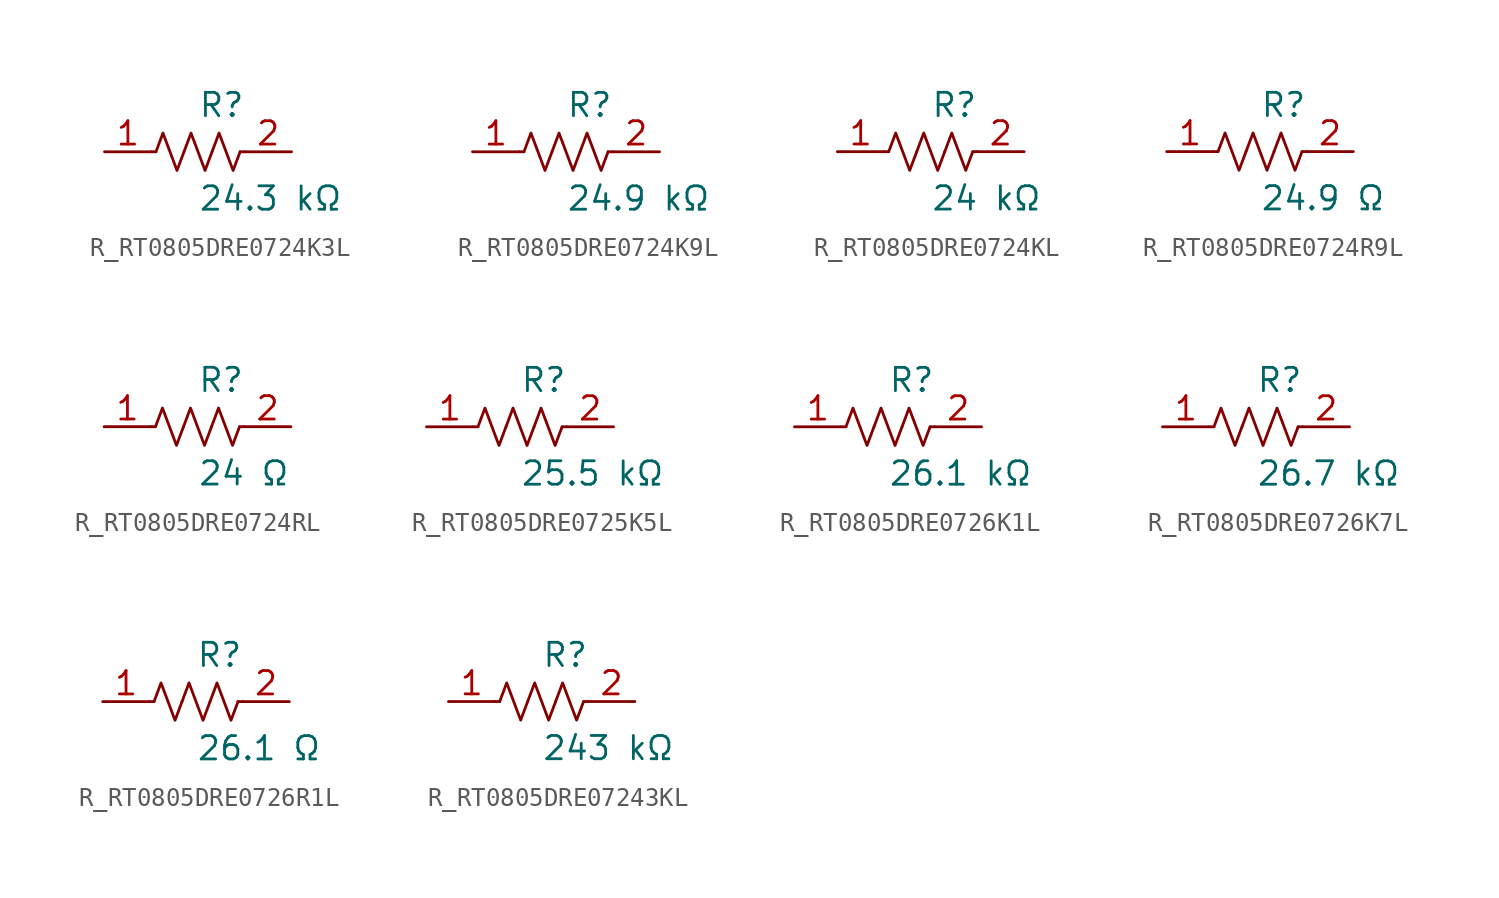
<source format=kicad_sym>
(kicad_symbol_lib
  (version 20231120)
  (generator kicad_symbol_editor)
  (generator_version 8.0)
  (symbol "R_RT0805DRE0724K3L"
    (pin_names
      (offset 0.254))
    (property "Reference" "R"
      (at 0 2.54 0)
      (effects (font (size 1.27 1.27)) (justify left)))
    (property "Value" "24.3 kΩ"
      (at 0 -2.54 0)
      (effects (font (size 1.27 1.27)) (justify left)))
    (symbol "R_RT0805DRE0724K3L_0_1"
      (polyline (pts (xy 2.286 0) (xy 2.54 0)) (stroke (width 0) (type default)) (fill (type none)))
      (polyline (pts (xy -2.286 0) (xy -2.54 0)) (stroke (width 0) (type default)) (fill (type none)))
      (polyline (pts (xy 0.762 0) (xy 1.143 1.016) (xy 1.524 0) (xy 1.905 -1.016) (xy 2.286 0)) (stroke (width 0) (type default)) (fill (type none)))
      (polyline (pts (xy -0.762 0) (xy -0.381 1.016) (xy 0 0) (xy 0.381 -1.016) (xy 0.762 0)) (stroke (width 0) (type default)) (fill (type none)))
      (polyline (pts (xy -2.286 0) (xy -1.905 1.016) (xy -1.524 0) (xy -1.143 -1.016) (xy -0.762 0)) (stroke (width 0) (type default)) (fill (type none))))
    (pin passive line
      (at -5.08 0 0)
      (length 2.54)
      (name "" (effects (font (size 1.27 1.27))))
      (number "1" (effects (font (size 1.27 1.27)))))
    (pin passive line
      (at 5.08 0 180)
      (length 2.54)
      (name "" (effects (font (size 1.27 1.27))))
      (number "2" (effects (font (size 1.27 1.27))))))
  (symbol "R_RT0805DRE0724K9L"
    (pin_names
      (offset 0.254))
    (property "Reference" "R"
      (at 0 2.54 0)
      (effects (font (size 1.27 1.27)) (justify left)))
    (property "Value" "24.9 kΩ"
      (at 0 -2.54 0)
      (effects (font (size 1.27 1.27)) (justify left)))
    (symbol "R_RT0805DRE0724K9L_0_1"
      (polyline (pts (xy 2.286 0) (xy 2.54 0)) (stroke (width 0) (type default)) (fill (type none)))
      (polyline (pts (xy -2.286 0) (xy -2.54 0)) (stroke (width 0) (type default)) (fill (type none)))
      (polyline (pts (xy 0.762 0) (xy 1.143 1.016) (xy 1.524 0) (xy 1.905 -1.016) (xy 2.286 0)) (stroke (width 0) (type default)) (fill (type none)))
      (polyline (pts (xy -0.762 0) (xy -0.381 1.016) (xy 0 0) (xy 0.381 -1.016) (xy 0.762 0)) (stroke (width 0) (type default)) (fill (type none)))
      (polyline (pts (xy -2.286 0) (xy -1.905 1.016) (xy -1.524 0) (xy -1.143 -1.016) (xy -0.762 0)) (stroke (width 0) (type default)) (fill (type none))))
    (pin passive line
      (at -5.08 0 0)
      (length 2.54)
      (name "" (effects (font (size 1.27 1.27))))
      (number "1" (effects (font (size 1.27 1.27)))))
    (pin passive line
      (at 5.08 0 180)
      (length 2.54)
      (name "" (effects (font (size 1.27 1.27))))
      (number "2" (effects (font (size 1.27 1.27))))))
  (symbol "R_RT0805DRE0724KL"
    (pin_names
      (offset 0.254))
    (property "Reference" "R"
      (at 0 2.54 0)
      (effects (font (size 1.27 1.27)) (justify left)))
    (property "Value" "24 kΩ"
      (at 0 -2.54 0)
      (effects (font (size 1.27 1.27)) (justify left)))
    (symbol "R_RT0805DRE0724KL_0_1"
      (polyline (pts (xy 2.286 0) (xy 2.54 0)) (stroke (width 0) (type default)) (fill (type none)))
      (polyline (pts (xy -2.286 0) (xy -2.54 0)) (stroke (width 0) (type default)) (fill (type none)))
      (polyline (pts (xy 0.762 0) (xy 1.143 1.016) (xy 1.524 0) (xy 1.905 -1.016) (xy 2.286 0)) (stroke (width 0) (type default)) (fill (type none)))
      (polyline (pts (xy -0.762 0) (xy -0.381 1.016) (xy 0 0) (xy 0.381 -1.016) (xy 0.762 0)) (stroke (width 0) (type default)) (fill (type none)))
      (polyline (pts (xy -2.286 0) (xy -1.905 1.016) (xy -1.524 0) (xy -1.143 -1.016) (xy -0.762 0)) (stroke (width 0) (type default)) (fill (type none))))
    (pin passive line
      (at -5.08 0 0)
      (length 2.54)
      (name "" (effects (font (size 1.27 1.27))))
      (number "1" (effects (font (size 1.27 1.27)))))
    (pin passive line
      (at 5.08 0 180)
      (length 2.54)
      (name "" (effects (font (size 1.27 1.27))))
      (number "2" (effects (font (size 1.27 1.27))))))
  (symbol "R_RT0805DRE0724R9L"
    (pin_names
      (offset 0.254))
    (property "Reference" "R"
      (at 0 2.54 0)
      (effects (font (size 1.27 1.27)) (justify left)))
    (property "Value" "24.9 Ω"
      (at 0 -2.54 0)
      (effects (font (size 1.27 1.27)) (justify left)))
    (symbol "R_RT0805DRE0724R9L_0_1"
      (polyline (pts (xy 2.286 0) (xy 2.54 0)) (stroke (width 0) (type default)) (fill (type none)))
      (polyline (pts (xy -2.286 0) (xy -2.54 0)) (stroke (width 0) (type default)) (fill (type none)))
      (polyline (pts (xy 0.762 0) (xy 1.143 1.016) (xy 1.524 0) (xy 1.905 -1.016) (xy 2.286 0)) (stroke (width 0) (type default)) (fill (type none)))
      (polyline (pts (xy -0.762 0) (xy -0.381 1.016) (xy 0 0) (xy 0.381 -1.016) (xy 0.762 0)) (stroke (width 0) (type default)) (fill (type none)))
      (polyline (pts (xy -2.286 0) (xy -1.905 1.016) (xy -1.524 0) (xy -1.143 -1.016) (xy -0.762 0)) (stroke (width 0) (type default)) (fill (type none))))
    (pin passive line
      (at -5.08 0 0)
      (length 2.54)
      (name "" (effects (font (size 1.27 1.27))))
      (number "1" (effects (font (size 1.27 1.27)))))
    (pin passive line
      (at 5.08 0 180)
      (length 2.54)
      (name "" (effects (font (size 1.27 1.27))))
      (number "2" (effects (font (size 1.27 1.27))))))
  (symbol "R_RT0805DRE0724RL"
    (pin_names
      (offset 0.254))
    (property "Reference" "R"
      (at 0 2.54 0)
      (effects (font (size 1.27 1.27)) (justify left)))
    (property "Value" "24 Ω"
      (at 0 -2.54 0)
      (effects (font (size 1.27 1.27)) (justify left)))
    (symbol "R_RT0805DRE0724RL_0_1"
      (polyline (pts (xy 2.286 0) (xy 2.54 0)) (stroke (width 0) (type default)) (fill (type none)))
      (polyline (pts (xy -2.286 0) (xy -2.54 0)) (stroke (width 0) (type default)) (fill (type none)))
      (polyline (pts (xy 0.762 0) (xy 1.143 1.016) (xy 1.524 0) (xy 1.905 -1.016) (xy 2.286 0)) (stroke (width 0) (type default)) (fill (type none)))
      (polyline (pts (xy -0.762 0) (xy -0.381 1.016) (xy 0 0) (xy 0.381 -1.016) (xy 0.762 0)) (stroke (width 0) (type default)) (fill (type none)))
      (polyline (pts (xy -2.286 0) (xy -1.905 1.016) (xy -1.524 0) (xy -1.143 -1.016) (xy -0.762 0)) (stroke (width 0) (type default)) (fill (type none))))
    (pin passive line
      (at -5.08 0 0)
      (length 2.54)
      (name "" (effects (font (size 1.27 1.27))))
      (number "1" (effects (font (size 1.27 1.27)))))
    (pin passive line
      (at 5.08 0 180)
      (length 2.54)
      (name "" (effects (font (size 1.27 1.27))))
      (number "2" (effects (font (size 1.27 1.27))))))
  (symbol "R_RT0805DRE0725K5L"
    (pin_names
      (offset 0.254))
    (property "Reference" "R"
      (at 0 2.54 0)
      (effects (font (size 1.27 1.27)) (justify left)))
    (property "Value" "25.5 kΩ"
      (at 0 -2.54 0)
      (effects (font (size 1.27 1.27)) (justify left)))
    (symbol "R_RT0805DRE0725K5L_0_1"
      (polyline (pts (xy 2.286 0) (xy 2.54 0)) (stroke (width 0) (type default)) (fill (type none)))
      (polyline (pts (xy -2.286 0) (xy -2.54 0)) (stroke (width 0) (type default)) (fill (type none)))
      (polyline (pts (xy 0.762 0) (xy 1.143 1.016) (xy 1.524 0) (xy 1.905 -1.016) (xy 2.286 0)) (stroke (width 0) (type default)) (fill (type none)))
      (polyline (pts (xy -0.762 0) (xy -0.381 1.016) (xy 0 0) (xy 0.381 -1.016) (xy 0.762 0)) (stroke (width 0) (type default)) (fill (type none)))
      (polyline (pts (xy -2.286 0) (xy -1.905 1.016) (xy -1.524 0) (xy -1.143 -1.016) (xy -0.762 0)) (stroke (width 0) (type default)) (fill (type none))))
    (pin passive line
      (at -5.08 0 0)
      (length 2.54)
      (name "" (effects (font (size 1.27 1.27))))
      (number "1" (effects (font (size 1.27 1.27)))))
    (pin passive line
      (at 5.08 0 180)
      (length 2.54)
      (name "" (effects (font (size 1.27 1.27))))
      (number "2" (effects (font (size 1.27 1.27))))))
  (symbol "R_RT0805DRE0726K1L"
    (pin_names
      (offset 0.254))
    (property "Reference" "R"
      (at 0 2.54 0)
      (effects (font (size 1.27 1.27)) (justify left)))
    (property "Value" "26.1 kΩ"
      (at 0 -2.54 0)
      (effects (font (size 1.27 1.27)) (justify left)))
    (symbol "R_RT0805DRE0726K1L_0_1"
      (polyline (pts (xy 2.286 0) (xy 2.54 0)) (stroke (width 0) (type default)) (fill (type none)))
      (polyline (pts (xy -2.286 0) (xy -2.54 0)) (stroke (width 0) (type default)) (fill (type none)))
      (polyline (pts (xy 0.762 0) (xy 1.143 1.016) (xy 1.524 0) (xy 1.905 -1.016) (xy 2.286 0)) (stroke (width 0) (type default)) (fill (type none)))
      (polyline (pts (xy -0.762 0) (xy -0.381 1.016) (xy 0 0) (xy 0.381 -1.016) (xy 0.762 0)) (stroke (width 0) (type default)) (fill (type none)))
      (polyline (pts (xy -2.286 0) (xy -1.905 1.016) (xy -1.524 0) (xy -1.143 -1.016) (xy -0.762 0)) (stroke (width 0) (type default)) (fill (type none))))
    (pin passive line
      (at -5.08 0 0)
      (length 2.54)
      (name "" (effects (font (size 1.27 1.27))))
      (number "1" (effects (font (size 1.27 1.27)))))
    (pin passive line
      (at 5.08 0 180)
      (length 2.54)
      (name "" (effects (font (size 1.27 1.27))))
      (number "2" (effects (font (size 1.27 1.27))))))
  (symbol "R_RT0805DRE0726K7L"
    (pin_names
      (offset 0.254))
    (property "Reference" "R"
      (at 0 2.54 0)
      (effects (font (size 1.27 1.27)) (justify left)))
    (property "Value" "26.7 kΩ"
      (at 0 -2.54 0)
      (effects (font (size 1.27 1.27)) (justify left)))
    (symbol "R_RT0805DRE0726K7L_0_1"
      (polyline (pts (xy 2.286 0) (xy 2.54 0)) (stroke (width 0) (type default)) (fill (type none)))
      (polyline (pts (xy -2.286 0) (xy -2.54 0)) (stroke (width 0) (type default)) (fill (type none)))
      (polyline (pts (xy 0.762 0) (xy 1.143 1.016) (xy 1.524 0) (xy 1.905 -1.016) (xy 2.286 0)) (stroke (width 0) (type default)) (fill (type none)))
      (polyline (pts (xy -0.762 0) (xy -0.381 1.016) (xy 0 0) (xy 0.381 -1.016) (xy 0.762 0)) (stroke (width 0) (type default)) (fill (type none)))
      (polyline (pts (xy -2.286 0) (xy -1.905 1.016) (xy -1.524 0) (xy -1.143 -1.016) (xy -0.762 0)) (stroke (width 0) (type default)) (fill (type none))))
    (pin passive line
      (at -5.08 0 0)
      (length 2.54)
      (name "" (effects (font (size 1.27 1.27))))
      (number "1" (effects (font (size 1.27 1.27)))))
    (pin passive line
      (at 5.08 0 180)
      (length 2.54)
      (name "" (effects (font (size 1.27 1.27))))
      (number "2" (effects (font (size 1.27 1.27))))))
  (symbol "R_RT0805DRE0726R1L"
    (pin_names
      (offset 0.254))
    (property "Reference" "R"
      (at 0 2.54 0)
      (effects (font (size 1.27 1.27)) (justify left)))
    (property "Value" "26.1 Ω"
      (at 0 -2.54 0)
      (effects (font (size 1.27 1.27)) (justify left)))
    (symbol "R_RT0805DRE0726R1L_0_1"
      (polyline (pts (xy 2.286 0) (xy 2.54 0)) (stroke (width 0) (type default)) (fill (type none)))
      (polyline (pts (xy -2.286 0) (xy -2.54 0)) (stroke (width 0) (type default)) (fill (type none)))
      (polyline (pts (xy 0.762 0) (xy 1.143 1.016) (xy 1.524 0) (xy 1.905 -1.016) (xy 2.286 0)) (stroke (width 0) (type default)) (fill (type none)))
      (polyline (pts (xy -0.762 0) (xy -0.381 1.016) (xy 0 0) (xy 0.381 -1.016) (xy 0.762 0)) (stroke (width 0) (type default)) (fill (type none)))
      (polyline (pts (xy -2.286 0) (xy -1.905 1.016) (xy -1.524 0) (xy -1.143 -1.016) (xy -0.762 0)) (stroke (width 0) (type default)) (fill (type none))))
    (pin passive line
      (at -5.08 0 0)
      (length 2.54)
      (name "" (effects (font (size 1.27 1.27))))
      (number "1" (effects (font (size 1.27 1.27)))))
    (pin passive line
      (at 5.08 0 180)
      (length 2.54)
      (name "" (effects (font (size 1.27 1.27))))
      (number "2" (effects (font (size 1.27 1.27))))))
  (symbol "R_RT0805DRE07243KL"
    (pin_names
      (offset 0.254))
    (property "Reference" "R"
      (at 0 2.54 0)
      (effects (font (size 1.27 1.27)) (justify left)))
    (property "Value" "243 kΩ"
      (at 0 -2.54 0)
      (effects (font (size 1.27 1.27)) (justify left)))
    (symbol "R_RT0805DRE07243KL_0_1"
      (polyline (pts (xy 2.286 0) (xy 2.54 0)) (stroke (width 0) (type default)) (fill (type none)))
      (polyline (pts (xy -2.286 0) (xy -2.54 0)) (stroke (width 0) (type default)) (fill (type none)))
      (polyline (pts (xy 0.762 0) (xy 1.143 1.016) (xy 1.524 0) (xy 1.905 -1.016) (xy 2.286 0)) (stroke (width 0) (type default)) (fill (type none)))
      (polyline (pts (xy -0.762 0) (xy -0.381 1.016) (xy 0 0) (xy 0.381 -1.016) (xy 0.762 0)) (stroke (width 0) (type default)) (fill (type none)))
      (polyline (pts (xy -2.286 0) (xy -1.905 1.016) (xy -1.524 0) (xy -1.143 -1.016) (xy -0.762 0)) (stroke (width 0) (type default)) (fill (type none))))
    (pin passive line
      (at -5.08 0 0)
      (length 2.54)
      (name "" (effects (font (size 1.27 1.27))))
      (number "1" (effects (font (size 1.27 1.27)))))
    (pin passive line
      (at 5.08 0 180)
      (length 2.54)
      (name "" (effects (font (size 1.27 1.27))))
      (number "2" (effects (font (size 1.27 1.27)))))))
</source>
